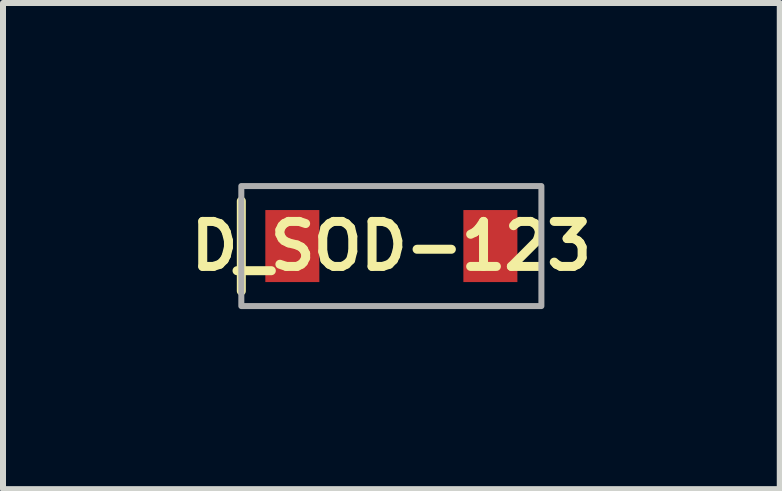
<source format=kicad_pcb>
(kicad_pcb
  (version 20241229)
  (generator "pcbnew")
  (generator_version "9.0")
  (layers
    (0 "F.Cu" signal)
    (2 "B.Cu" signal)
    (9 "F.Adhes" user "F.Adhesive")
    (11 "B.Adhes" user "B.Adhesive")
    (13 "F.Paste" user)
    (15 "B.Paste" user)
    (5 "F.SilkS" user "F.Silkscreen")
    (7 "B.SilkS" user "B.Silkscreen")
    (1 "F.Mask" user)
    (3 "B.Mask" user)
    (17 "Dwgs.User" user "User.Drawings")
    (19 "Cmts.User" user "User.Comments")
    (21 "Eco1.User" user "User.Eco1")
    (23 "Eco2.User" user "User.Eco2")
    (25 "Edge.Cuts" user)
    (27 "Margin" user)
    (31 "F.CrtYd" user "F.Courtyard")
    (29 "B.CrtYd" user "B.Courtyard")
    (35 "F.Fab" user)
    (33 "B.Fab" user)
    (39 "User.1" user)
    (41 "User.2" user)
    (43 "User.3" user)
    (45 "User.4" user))
  (footprint "D_SOD-123"
    (layer "F.Cu")
    (at 3.471 1.05)
    (property "Reference" "D_SOD-123" (at 0 0 0) (layer "F.SilkS") (effects (font (size 0.75 0.75) (thickness 0.15))))
    (attr smd)
    (fp_line (start -2.5 -0.75) (end -2.5 0.75) (stroke (width 0.15) (type solid)) (layer "F.SilkS"))
    (fp_rect (start -2.5 -1) (end 2.5 1) (stroke (width 0.1) (type default)) (fill no) (layer "F.Fab"))
    (pad "1" smd rect (at -1.65 0) (size 0.9 1.2) (layers "F.Cu" "F.Mask" "F.Paste"))
    (pad "2" smd rect (at 1.65 0) (size 0.9 1.2) (layers "F.Cu" "F.Mask" "F.Paste")))
  (gr_rect
    (start -3 -3)
    (end 9.943 5.1)
    (stroke (width 0.1) (type default))
    (fill no)
    (layer "Edge.Cuts")))
</source>
